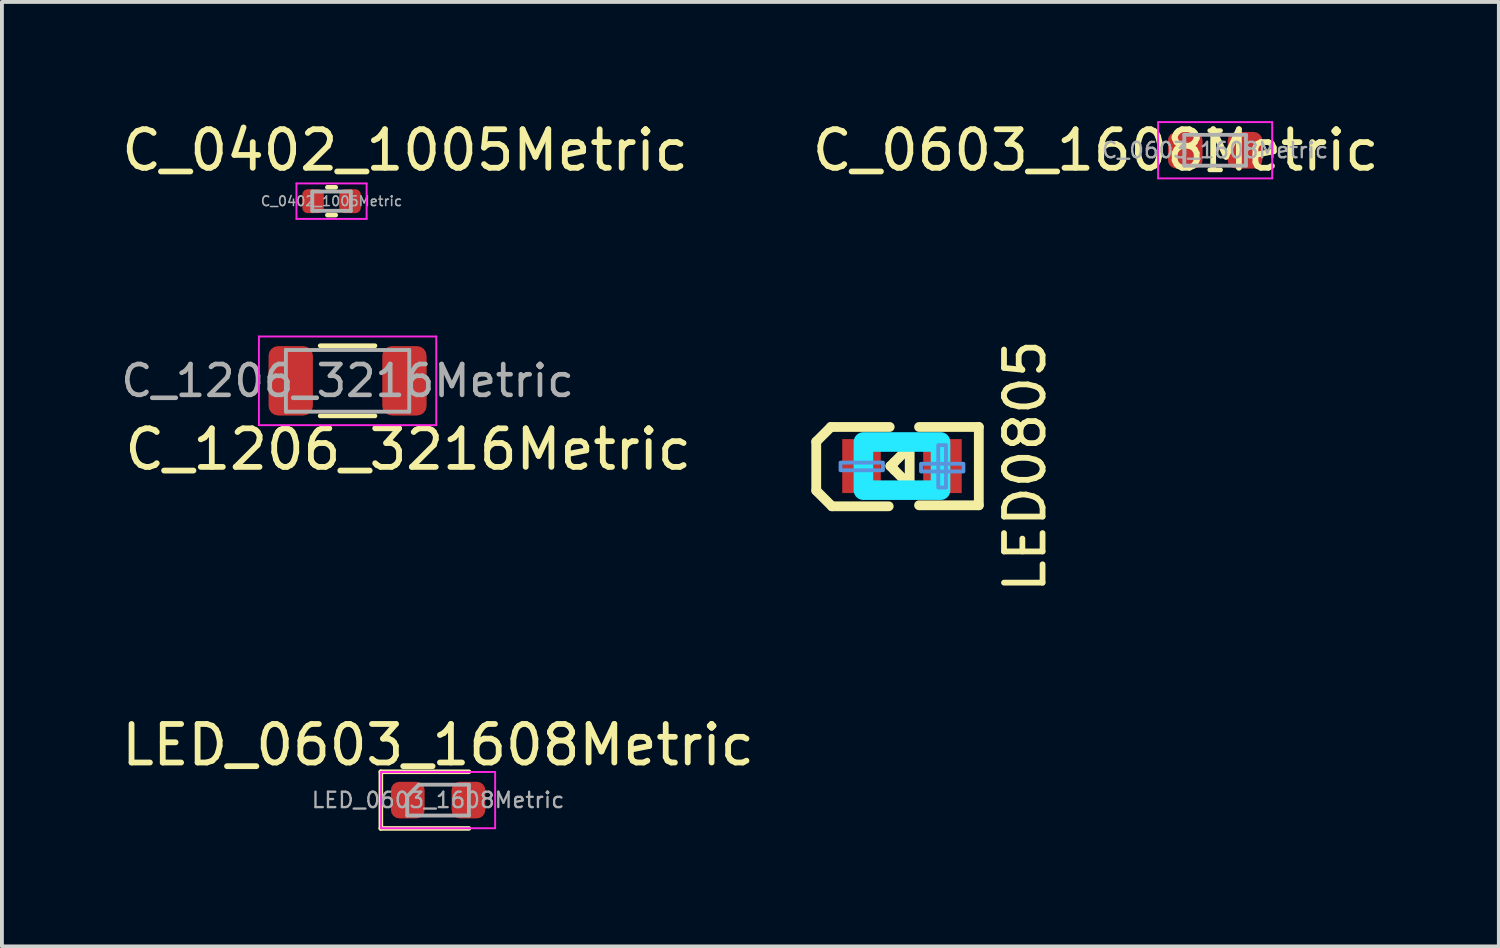
<source format=kicad_pcb>
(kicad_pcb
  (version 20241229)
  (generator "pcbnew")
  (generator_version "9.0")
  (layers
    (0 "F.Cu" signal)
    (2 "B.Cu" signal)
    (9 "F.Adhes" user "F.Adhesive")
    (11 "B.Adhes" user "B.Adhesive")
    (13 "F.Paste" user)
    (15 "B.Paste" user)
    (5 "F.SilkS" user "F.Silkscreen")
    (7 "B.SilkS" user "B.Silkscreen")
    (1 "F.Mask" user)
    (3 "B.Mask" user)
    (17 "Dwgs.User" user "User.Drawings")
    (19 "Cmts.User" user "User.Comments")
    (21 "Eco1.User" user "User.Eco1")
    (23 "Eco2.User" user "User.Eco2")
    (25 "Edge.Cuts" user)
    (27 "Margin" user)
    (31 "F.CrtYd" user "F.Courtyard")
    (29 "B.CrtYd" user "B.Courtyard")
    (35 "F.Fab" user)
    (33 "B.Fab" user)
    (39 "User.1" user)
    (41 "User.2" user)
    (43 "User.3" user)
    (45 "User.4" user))
  (footprint "LED_0603_1608Metric"
    (layer "F.Cu")
    (at 8.315 17.706)
    (property "Reference" "LED_0603_1608Metric" (at 0 -1.43 0) (layer "F.SilkS") (effects (font (size 1 1) (thickness 0.15))))
    (attr smd)
    (fp_line (start -1.485 -0.735) (end -1.485 0.735) (stroke (width 0.12) (type solid)) (layer "F.SilkS"))
    (fp_line (start -1.485 0.735) (end 0.8 0.735) (stroke (width 0.12) (type solid)) (layer "F.SilkS"))
    (fp_line (start 0.8 -0.735) (end -1.485 -0.735) (stroke (width 0.12) (type solid)) (layer "F.SilkS"))
    (fp_line (start -1.48 -0.73) (end 1.48 -0.73) (stroke (width 0.05) (type solid)) (layer "F.CrtYd"))
    (fp_line (start -1.48 0.73) (end -1.48 -0.73) (stroke (width 0.05) (type solid)) (layer "F.CrtYd"))
    (fp_line (start 1.48 -0.73) (end 1.48 0.73) (stroke (width 0.05) (type solid)) (layer "F.CrtYd"))
    (fp_line (start 1.48 0.73) (end -1.48 0.73) (stroke (width 0.05) (type solid)) (layer "F.CrtYd"))
    (fp_line (start -0.8 -0.1) (end -0.8 0.4) (stroke (width 0.1) (type solid)) (layer "F.Fab"))
    (fp_line (start -0.8 0.4) (end 0.8 0.4) (stroke (width 0.1) (type solid)) (layer "F.Fab"))
    (fp_line (start -0.5 -0.4) (end -0.8 -0.1) (stroke (width 0.1) (type solid)) (layer "F.Fab"))
    (fp_line (start 0.8 -0.4) (end -0.5 -0.4) (stroke (width 0.1) (type solid)) (layer "F.Fab"))
    (fp_line (start 0.8 0.4) (end 0.8 -0.4) (stroke (width 0.1) (type solid)) (layer "F.Fab"))
    (fp_text user "${REFERENCE}" (at 0 0 0) (layer "F.Fab") (effects (font (size 0.4 0.4) (thickness 0.06))))
    (pad "1" smd roundrect (at -0.787 0) (size 0.875 0.95) (layers "F.Cu" "F.Mask" "F.Paste") (roundrect_rratio 0.25))
    (pad "2" smd roundrect (at 0.787 0) (size 0.875 0.95) (layers "F.Cu" "F.Mask" "F.Paste") (roundrect_rratio 0.25)))
  (footprint "C_0402_1005Metric"
    (layer "F.Cu")
    (at 5.551 2.169)
    (property "Reference" "C_0402_1005Metric" (at 1.908 -1.321 180) (layer "F.SilkS") (effects (font (size 1 1) (thickness 0.15))))
    (attr smd)
    (fp_line (start -0.108 -0.36) (end 0.108 -0.36) (stroke (width 0.12) (type solid)) (layer "F.SilkS"))
    (fp_line (start -0.108 0.36) (end 0.108 0.36) (stroke (width 0.12) (type solid)) (layer "F.SilkS"))
    (fp_line (start -0.91 -0.46) (end 0.91 -0.46) (stroke (width 0.05) (type solid)) (layer "F.CrtYd"))
    (fp_line (start -0.91 0.46) (end -0.91 -0.46) (stroke (width 0.05) (type solid)) (layer "F.CrtYd"))
    (fp_line (start 0.91 -0.46) (end 0.91 0.46) (stroke (width 0.05) (type solid)) (layer "F.CrtYd"))
    (fp_line (start 0.91 0.46) (end -0.91 0.46) (stroke (width 0.05) (type solid)) (layer "F.CrtYd"))
    (fp_line (start -0.5 -0.25) (end 0.5 -0.25) (stroke (width 0.1) (type solid)) (layer "F.Fab"))
    (fp_line (start -0.5 0.25) (end -0.5 -0.25) (stroke (width 0.1) (type solid)) (layer "F.Fab"))
    (fp_line (start 0.5 -0.25) (end 0.5 0.25) (stroke (width 0.1) (type solid)) (layer "F.Fab"))
    (fp_line (start 0.5 0.25) (end -0.5 0.25) (stroke (width 0.1) (type solid)) (layer "F.Fab"))
    (fp_text user "${REFERENCE}" (at 0 0 180) (layer "F.Fab") (effects (font (size 0.25 0.25) (thickness 0.04))))
    (pad "1" smd roundrect (at -0.48 0) (size 0.56 0.62) (layers "F.Cu" "F.Mask" "F.Paste") (roundrect_rratio 0.25))
    (pad "2" smd roundrect (at 0.48 0) (size 0.56 0.62) (layers "F.Cu" "F.Mask" "F.Paste") (roundrect_rratio 0.25)))
  (footprint "LED0805"
    (layer "F.Cu")
    (at 20.349 9.041)
    (property "Reference" "LED0805" (at 3.192 0.000127 90) (layer "F.SilkS") (effects (font (size 1 1) (thickness 0.15))))
    (attr through_hole)
    (fp_line (start -2.224 -0.634) (end -1.843 -1.015) (stroke (width 0.254) (type solid)) (layer "F.SilkS"))
    (fp_line (start -2.224 0.636) (end -2.224 -0.634) (stroke (width 0.254) (type solid)) (layer "F.SilkS"))
    (fp_line (start -1.843 -1.015) (end -0.319 -1.015) (stroke (width 0.254) (type solid)) (layer "F.SilkS"))
    (fp_line (start -1.817 1.043) (end -2.224 0.636) (stroke (width 0.254) (type solid)) (layer "F.SilkS"))
    (fp_line (start -0.344 1.043) (end -1.817 1.043) (stroke (width 0.254) (type solid)) (layer "F.SilkS"))
    (fp_line (start -0.3 0) (end -0.2 0.1) (stroke (width 0.254) (type solid)) (layer "F.SilkS"))
    (fp_line (start -0.2 -0.1) (end -0.3 0) (stroke (width 0.254) (type solid)) (layer "F.SilkS"))
    (fp_line (start -0.2 0.1) (end 0.2 0.5) (stroke (width 0.254) (type solid)) (layer "F.SilkS"))
    (fp_line (start 0.2 -0.5) (end -0.2 -0.1) (stroke (width 0.254) (type solid)) (layer "F.SilkS"))
    (fp_line (start 0.2 -0.5) (end 0.2 0.5) (stroke (width 0.254) (type solid)) (layer "F.SilkS"))
    (fp_line (start 0.443 1.017) (end 1.993 1.017) (stroke (width 0.254) (type solid)) (layer "F.SilkS"))
    (fp_line (start 1.993 -1.015) (end 0.443 -1.015) (stroke (width 0.254) (type solid)) (layer "F.SilkS"))
    (fp_line (start 1.993 1.017) (end 1.993 -1.015) (stroke (width 0.254) (type solid)) (layer "F.SilkS"))
    (fp_poly (pts (xy -0.494 0.109) (xy -1.594 0.109) (xy -1.594 -0.091) (xy -0.494 -0.091)) (stroke (width 0.1) (type solid)) (fill no) (layer "Cmts.User"))
    (fp_poly (pts (xy 0.494 -0.06) (xy 1.594 -0.06) (xy 1.594 0.14) (xy 0.494 0.14)) (stroke (width 0.1) (type solid)) (fill no) (layer "Cmts.User"))
    (fp_poly (pts (xy 0.941 0.556) (xy 0.941 -0.544) (xy 1.141 -0.544) (xy 1.141 0.556)) (stroke (width 0.1) (type solid)) (fill no) (layer "Cmts.User"))
    (fp_poly (pts (xy -1 0.625) (xy -1 -0.625) (xy 1 -0.625) (xy 1 0.625)) (stroke (width 0.508) (type solid)) (fill no) (layer "B.CrtYd"))
    (pad "1" smd rect (at -1.05 0 180) (size 1 1.4) (layers "F.Cu" "F.Mask" "F.Paste"))
    (pad "2" smd rect (at 1.05 0 180) (size 1 1.4) (layers "F.Cu" "F.Mask" "F.Paste")))
  (footprint "C_1206_3216Metric"
    (layer "F.Cu")
    (at 5.967 6.829)
    (property "Reference" "C_1206_3216Metric" (at 1.573 1.778 180) (layer "F.SilkS") (effects (font (size 1 1) (thickness 0.15))))
    (attr smd)
    (fp_line (start -0.711 -0.91) (end 0.711 -0.91) (stroke (width 0.12) (type solid)) (layer "F.SilkS"))
    (fp_line (start -0.711 0.91) (end 0.711 0.91) (stroke (width 0.12) (type solid)) (layer "F.SilkS"))
    (fp_line (start -2.3 -1.15) (end 2.3 -1.15) (stroke (width 0.05) (type solid)) (layer "F.CrtYd"))
    (fp_line (start -2.3 1.15) (end -2.3 -1.15) (stroke (width 0.05) (type solid)) (layer "F.CrtYd"))
    (fp_line (start 2.3 -1.15) (end 2.3 1.15) (stroke (width 0.05) (type solid)) (layer "F.CrtYd"))
    (fp_line (start 2.3 1.15) (end -2.3 1.15) (stroke (width 0.05) (type solid)) (layer "F.CrtYd"))
    (fp_line (start -1.6 -0.8) (end 1.6 -0.8) (stroke (width 0.1) (type solid)) (layer "F.Fab"))
    (fp_line (start -1.6 0.8) (end -1.6 -0.8) (stroke (width 0.1) (type solid)) (layer "F.Fab"))
    (fp_line (start 1.6 -0.8) (end 1.6 0.8) (stroke (width 0.1) (type solid)) (layer "F.Fab"))
    (fp_line (start 1.6 0.8) (end -1.6 0.8) (stroke (width 0.1) (type solid)) (layer "F.Fab"))
    (fp_text user "${REFERENCE}" (at 0 0 180) (layer "F.Fab") (effects (font (size 0.8 0.8) (thickness 0.12))))
    (pad "1" smd roundrect (at -1.475 0) (size 1.15 1.8) (layers "F.Cu" "F.Mask" "F.Paste") (roundrect_rratio 0.217))
    (pad "2" smd roundrect (at 1.475 0) (size 1.15 1.8) (layers "F.Cu" "F.Mask" "F.Paste") (roundrect_rratio 0.217)))
  (footprint "C_0603_1608Metric"
    (layer "F.Cu")
    (at 28.473 0.848)
    (property "Reference" "C_0603_1608Metric" (at -3.098 0 0) (layer "F.SilkS") (effects (font (size 1 1) (thickness 0.15))))
    (attr smd)
    (fp_line (start -0.141 -0.51) (end 0.141 -0.51) (stroke (width 0.12) (type solid)) (layer "F.SilkS"))
    (fp_line (start -0.141 0.51) (end 0.141 0.51) (stroke (width 0.12) (type solid)) (layer "F.SilkS"))
    (fp_line (start -1.48 -0.73) (end 1.48 -0.73) (stroke (width 0.05) (type solid)) (layer "F.CrtYd"))
    (fp_line (start -1.48 0.73) (end -1.48 -0.73) (stroke (width 0.05) (type solid)) (layer "F.CrtYd"))
    (fp_line (start 1.48 -0.73) (end 1.48 0.73) (stroke (width 0.05) (type solid)) (layer "F.CrtYd"))
    (fp_line (start 1.48 0.73) (end -1.48 0.73) (stroke (width 0.05) (type solid)) (layer "F.CrtYd"))
    (fp_line (start -0.8 -0.4) (end 0.8 -0.4) (stroke (width 0.1) (type solid)) (layer "F.Fab"))
    (fp_line (start -0.8 0.4) (end -0.8 -0.4) (stroke (width 0.1) (type solid)) (layer "F.Fab"))
    (fp_line (start 0.8 -0.4) (end 0.8 0.4) (stroke (width 0.1) (type solid)) (layer "F.Fab"))
    (fp_line (start 0.8 0.4) (end -0.8 0.4) (stroke (width 0.1) (type solid)) (layer "F.Fab"))
    (fp_text user "${REFERENCE}" (at 0 0 0) (layer "F.Fab") (effects (font (size 0.4 0.4) (thickness 0.06))))
    (pad "1" smd roundrect (at -0.775 0) (size 0.9 0.95) (layers "F.Cu" "F.Mask" "F.Paste") (roundrect_rratio 0.25))
    (pad "2" smd roundrect (at 0.775 0) (size 0.9 0.95) (layers "F.Cu" "F.Mask" "F.Paste") (roundrect_rratio 0.25)))
  (gr_rect
    (start -3 -3)
    (end 35.833 21.501)
    (stroke (width 0.1) (type default))
    (fill no)
    (layer "Edge.Cuts")))
</source>
